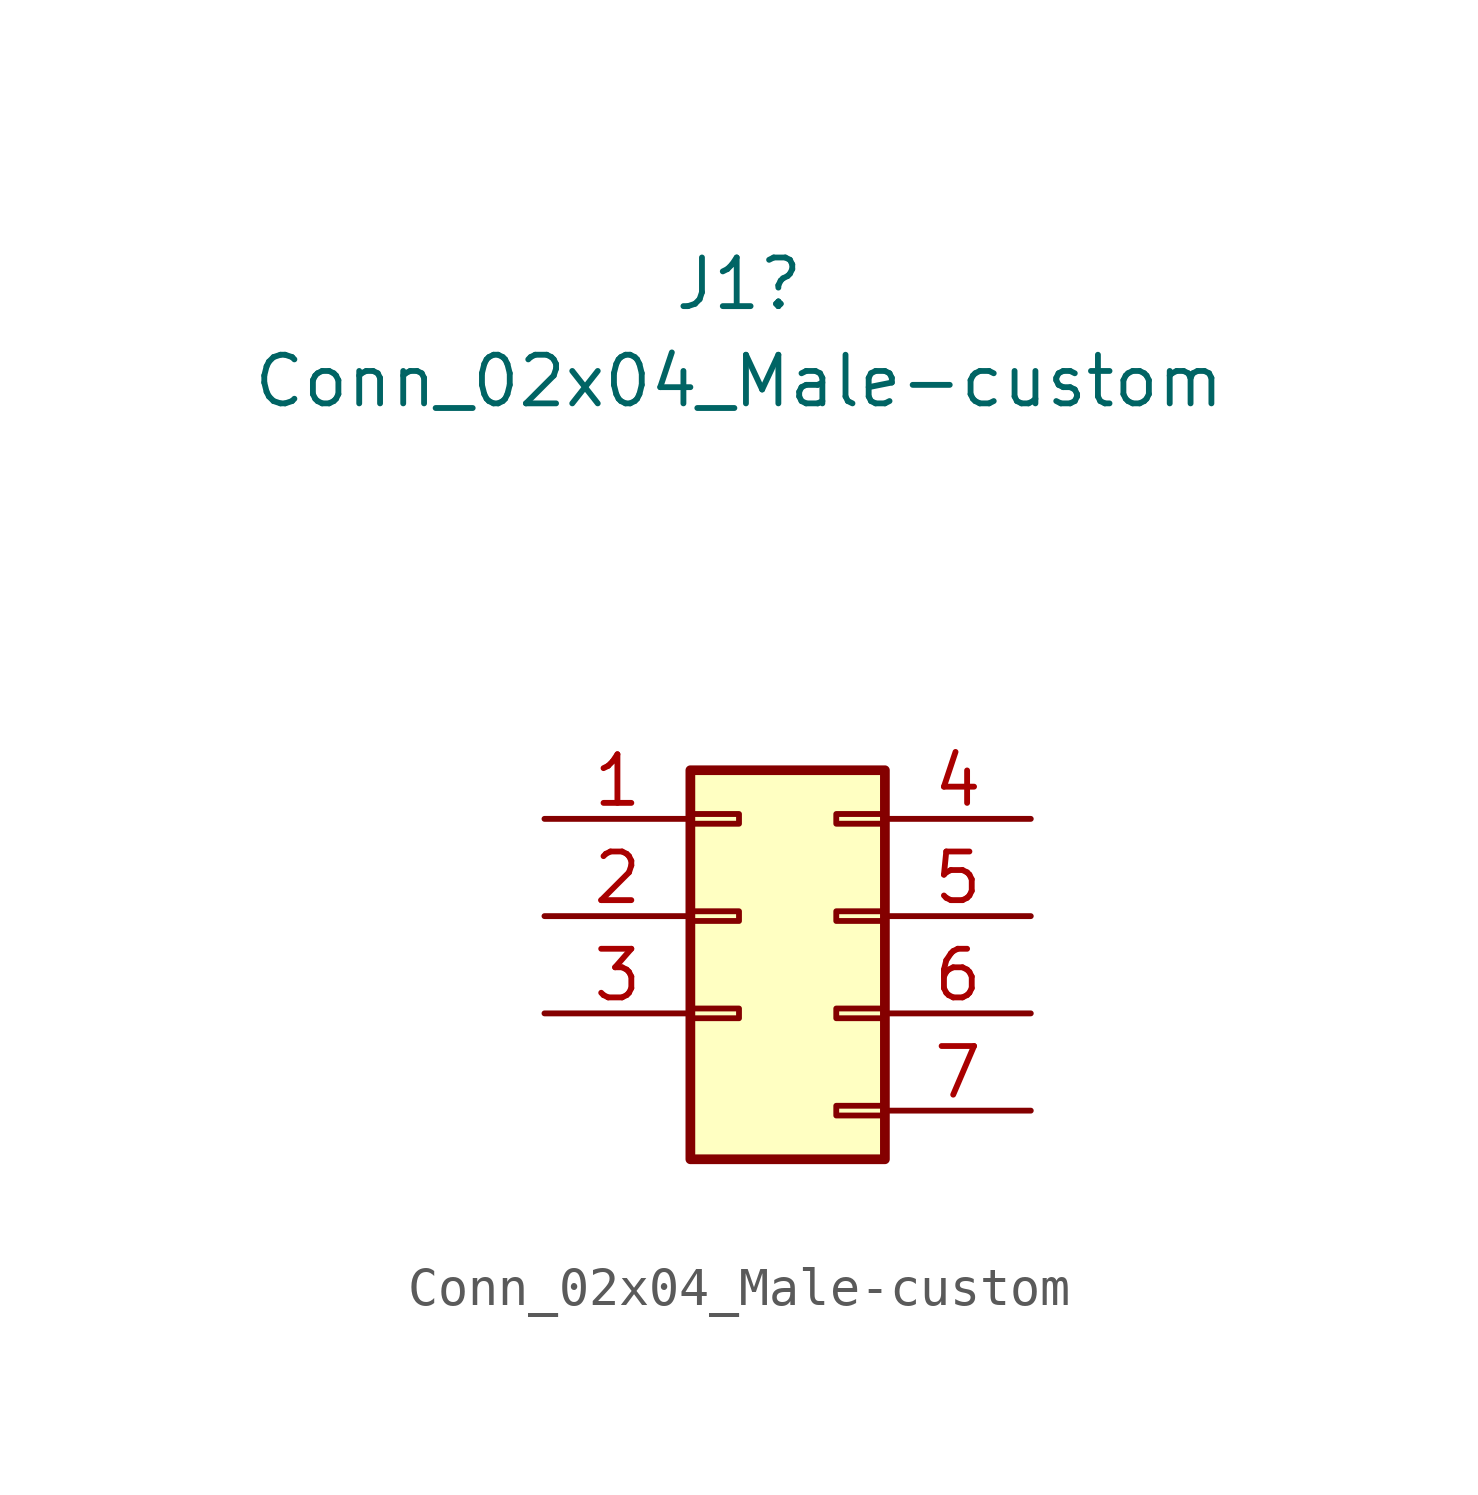
<source format=kicad_sym>
(kicad_symbol_lib
  (version 20211014)
  (generator kicad_symbol_editor)
  (symbol "Conn_02x04_Male-custom"
    (pin_names
      (offset 1.016) hide)
    (property "Reference" "J1"
      (at 0 16.51 0)
      (effects (font (size 1.27 1.27))))
    (property "Value" "Conn_02x04_Male-custom"
      (at 0 13.97 0)
      (effects (font (size 1.27 1.27))))
    (symbol "Conn_02x04_Male-custom_1_1"
      (rectangle (start -1.27 -2.413) (end 0 -2.667) (stroke (width 0.152) (type default) (color 0 0 0 0)) (fill (type none)))
      (rectangle (start -1.27 0.127) (end 0 -0.127) (stroke (width 0.152) (type default) (color 0 0 0 0)) (fill (type none)))
      (rectangle (start -1.27 2.667) (end 0 2.413) (stroke (width 0.152) (type default) (color 0 0 0 0)) (fill (type none)))
      (rectangle (start -1.27 3.81) (end 3.81 -6.35) (stroke (width 0.254) (type default) (color 0 0 0 0)) (fill (type background)))
      (rectangle (start 3.81 -4.953) (end 2.54 -5.207) (stroke (width 0.152) (type default) (color 0 0 0 0)) (fill (type none)))
      (rectangle (start 3.81 -2.413) (end 2.54 -2.667) (stroke (width 0.152) (type default) (color 0 0 0 0)) (fill (type none)))
      (rectangle (start 3.81 0.127) (end 2.54 -0.127) (stroke (width 0.152) (type default) (color 0 0 0 0)) (fill (type none)))
      (rectangle (start 3.81 2.667) (end 2.54 2.413) (stroke (width 0.152) (type default) (color 0 0 0 0)) (fill (type none)))
      (pin passive line (at -5.08 2.54 0) (length 3.81) (name "Pin_1" (effects (font (size 1.27 1.27)))) (number "1" (effects (font (size 1.27 1.27)))))
      (pin passive line (at -5.08 0 0) (length 3.81) (name "Pin_2" (effects (font (size 1.27 1.27)))) (number "2" (effects (font (size 1.27 1.27)))))
      (pin passive line (at -5.08 -2.54 0) (length 3.81) (name "Pin_3" (effects (font (size 1.27 1.27)))) (number "3" (effects (font (size 1.27 1.27)))))
      (pin passive line (at 7.62 2.54 180) (length 3.81) (name "Pin_4" (effects (font (size 1.27 1.27)))) (number "4" (effects (font (size 1.27 1.27)))))
      (pin passive line (at 7.62 0 180) (length 3.81) (name "Pin_5" (effects (font (size 1.27 1.27)))) (number "5" (effects (font (size 1.27 1.27)))))
      (pin passive line (at 7.62 -2.54 180) (length 3.81) (name "Pin_6" (effects (font (size 1.27 1.27)))) (number "6" (effects (font (size 1.27 1.27)))))
      (pin passive line (at 7.62 -5.08 180) (length 3.81) (name "Pin_7" (effects (font (size 1.27 1.27)))) (number "7" (effects (font (size 1.27 1.27))))))))
</source>
